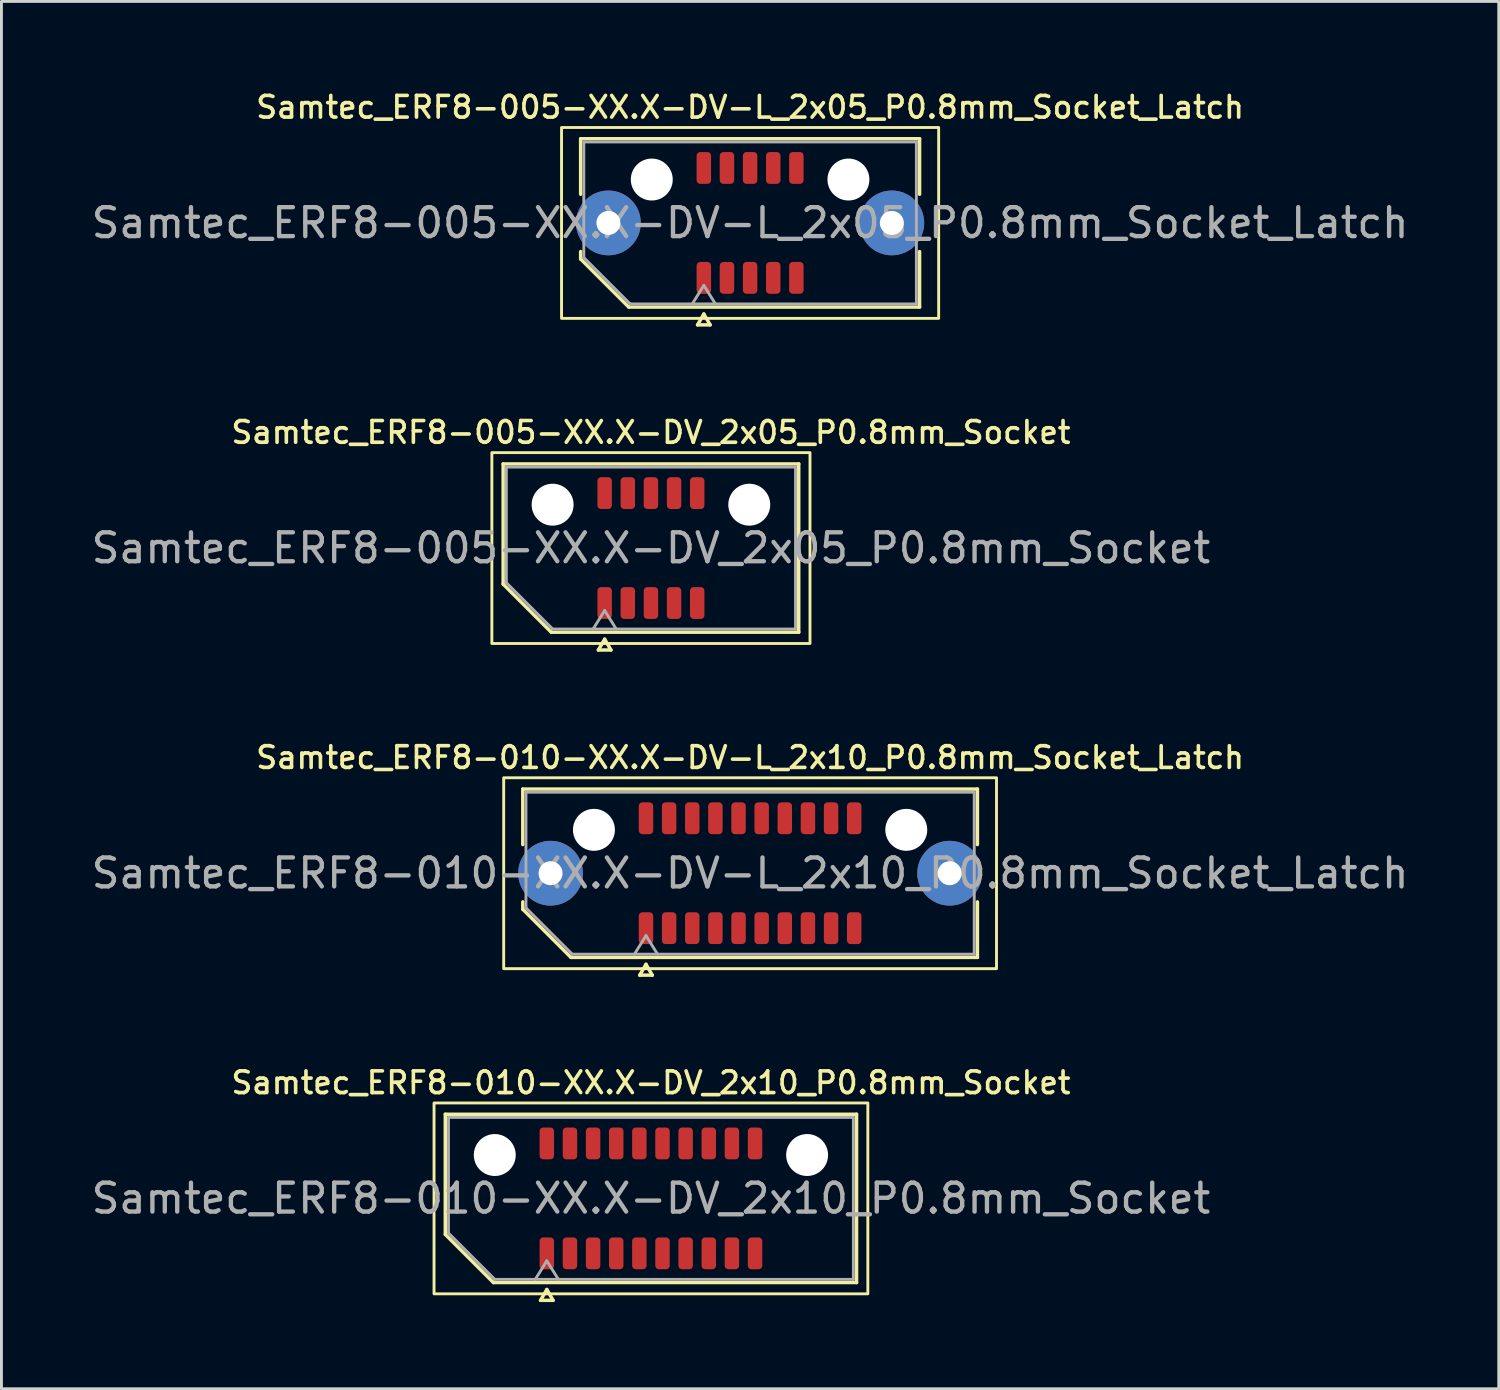
<source format=kicad_pcb>
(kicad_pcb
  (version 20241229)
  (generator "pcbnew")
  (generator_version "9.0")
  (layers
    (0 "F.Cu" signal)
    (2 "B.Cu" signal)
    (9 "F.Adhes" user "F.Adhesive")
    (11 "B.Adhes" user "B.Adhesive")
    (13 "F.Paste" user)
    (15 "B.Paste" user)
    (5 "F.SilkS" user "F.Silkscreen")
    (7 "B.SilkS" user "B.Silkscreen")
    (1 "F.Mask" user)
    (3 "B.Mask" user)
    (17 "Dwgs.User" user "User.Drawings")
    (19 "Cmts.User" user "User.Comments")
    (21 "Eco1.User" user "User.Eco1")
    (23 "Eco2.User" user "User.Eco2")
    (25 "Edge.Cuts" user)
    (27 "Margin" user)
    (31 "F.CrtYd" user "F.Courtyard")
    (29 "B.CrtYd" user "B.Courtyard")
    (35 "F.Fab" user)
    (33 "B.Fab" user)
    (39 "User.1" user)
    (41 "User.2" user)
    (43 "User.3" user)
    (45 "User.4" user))
  (footprint "Samtec_ERF8-010-XX.X-DV-L_2x10_P0.8mm_Socket_Latch"
    (layer "F.Cu")
    (at 22.887 27.144)
    (property "Reference" "Samtec_ERF8-010-XX.X-DV-L_2x10_P0.8mm_Socket_Latch" (at 0 -4 0) (layer "F.SilkS") (effects (font (size 0.75 0.75) (thickness 0.125))))
    (attr smd)
    (fp_line (start -7.86 -2.91) (end 7.86 -2.91) (stroke (width 0.12) (type solid)) (layer "F.SilkS"))
    (fp_line (start -7.86 -0.991) (end -7.86 -2.91) (stroke (width 0.12) (type solid)) (layer "F.SilkS"))
    (fp_line (start -7.86 1.246) (end -7.86 0.991) (stroke (width 0.12) (type solid)) (layer "F.SilkS"))
    (fp_line (start -6.196 2.91) (end -7.86 1.246) (stroke (width 0.12) (type solid)) (layer "F.SilkS"))
    (fp_line (start -3.817 3.525) (end -3.6 3.15) (stroke (width 0.12) (type solid)) (layer "F.SilkS"))
    (fp_line (start -3.6 3.15) (end -3.383 3.525) (stroke (width 0.12) (type solid)) (layer "F.SilkS"))
    (fp_line (start -3.383 3.525) (end -3.817 3.525) (stroke (width 0.12) (type solid)) (layer "F.SilkS"))
    (fp_line (start 7.86 -2.91) (end 7.86 -0.991) (stroke (width 0.12) (type solid)) (layer "F.SilkS"))
    (fp_line (start 7.86 0.991) (end 7.86 2.91) (stroke (width 0.12) (type solid)) (layer "F.SilkS"))
    (fp_line (start 7.86 2.91) (end -6.196 2.91) (stroke (width 0.12) (type solid)) (layer "F.SilkS"))
    (fp_rect (start -8.52 -3.3) (end 8.52 3.3) (stroke (width 0.1) (type solid)) (fill no) (layer "F.SilkS"))
    (fp_line (start -7.75 -2.8) (end 7.75 -2.8) (stroke (width 0.1) (type solid)) (layer "F.Fab"))
    (fp_line (start -7.75 1.2) (end -7.75 -2.8) (stroke (width 0.1) (type solid)) (layer "F.Fab"))
    (fp_line (start -6.15 2.8) (end -7.75 1.2) (stroke (width 0.1) (type solid)) (layer "F.Fab"))
    (fp_line (start -4 2.8) (end -3.6 2.16) (stroke (width 0.1) (type solid)) (layer "F.Fab"))
    (fp_line (start -3.6 2.16) (end -3.2 2.8) (stroke (width 0.1) (type solid)) (layer "F.Fab"))
    (fp_line (start 7.75 -2.8) (end 7.75 2.8) (stroke (width 0.1) (type solid)) (layer "F.Fab"))
    (fp_line (start 7.75 2.8) (end -6.15 2.8) (stroke (width 0.1) (type solid)) (layer "F.Fab"))
    (fp_text user "${REFERENCE}" (at 0 0 0) (layer "F.Fab") (effects (font (size 1 1) (thickness 0.15))))
    (pad "" thru_hole circle (at -6.9 0) (size 2.24 2.24) (drill 0.83) (layers "*.Cu" "*.Mask" "F.Paste"))
    (pad "" np_thru_hole circle (at -5.4 -1.5) (size 1.45 1.45) (drill 1.45) (layers "*.Cu" "*.Mask"))
    (pad "" np_thru_hole circle (at 5.4 -1.5) (size 1.45 1.45) (drill 1.45) (layers "*.Cu" "*.Mask"))
    (pad "" thru_hole circle (at 6.9 0) (size 2.24 2.24) (drill 0.83) (layers "*.Cu" "*.Mask" "F.Paste"))
    (pad "1" smd roundrect (at -3.6 1.9) (size 0.5 1.1) (layers "F.Cu" "F.Mask" "F.Paste") (roundrect_rratio 0.25))
    (pad "2" smd roundrect (at -3.6 -1.9) (size 0.5 1.1) (layers "F.Cu" "F.Mask" "F.Paste") (roundrect_rratio 0.25))
    (pad "3" smd roundrect (at -2.8 1.9) (size 0.5 1.1) (layers "F.Cu" "F.Mask" "F.Paste") (roundrect_rratio 0.25))
    (pad "4" smd roundrect (at -2.8 -1.9) (size 0.5 1.1) (layers "F.Cu" "F.Mask" "F.Paste") (roundrect_rratio 0.25))
    (pad "5" smd roundrect (at -2 1.9) (size 0.5 1.1) (layers "F.Cu" "F.Mask" "F.Paste") (roundrect_rratio 0.25))
    (pad "6" smd roundrect (at -2 -1.9) (size 0.5 1.1) (layers "F.Cu" "F.Mask" "F.Paste") (roundrect_rratio 0.25))
    (pad "7" smd roundrect (at -1.2 1.9) (size 0.5 1.1) (layers "F.Cu" "F.Mask" "F.Paste") (roundrect_rratio 0.25))
    (pad "8" smd roundrect (at -1.2 -1.9) (size 0.5 1.1) (layers "F.Cu" "F.Mask" "F.Paste") (roundrect_rratio 0.25))
    (pad "9" smd roundrect (at -0.4 1.9) (size 0.5 1.1) (layers "F.Cu" "F.Mask" "F.Paste") (roundrect_rratio 0.25))
    (pad "10" smd roundrect (at -0.4 -1.9) (size 0.5 1.1) (layers "F.Cu" "F.Mask" "F.Paste") (roundrect_rratio 0.25))
    (pad "11" smd roundrect (at 0.4 1.9) (size 0.5 1.1) (layers "F.Cu" "F.Mask" "F.Paste") (roundrect_rratio 0.25))
    (pad "12" smd roundrect (at 0.4 -1.9) (size 0.5 1.1) (layers "F.Cu" "F.Mask" "F.Paste") (roundrect_rratio 0.25))
    (pad "13" smd roundrect (at 1.2 1.9) (size 0.5 1.1) (layers "F.Cu" "F.Mask" "F.Paste") (roundrect_rratio 0.25))
    (pad "14" smd roundrect (at 1.2 -1.9) (size 0.5 1.1) (layers "F.Cu" "F.Mask" "F.Paste") (roundrect_rratio 0.25))
    (pad "15" smd roundrect (at 2 1.9) (size 0.5 1.1) (layers "F.Cu" "F.Mask" "F.Paste") (roundrect_rratio 0.25))
    (pad "16" smd roundrect (at 2 -1.9) (size 0.5 1.1) (layers "F.Cu" "F.Mask" "F.Paste") (roundrect_rratio 0.25))
    (pad "17" smd roundrect (at 2.8 1.9) (size 0.5 1.1) (layers "F.Cu" "F.Mask" "F.Paste") (roundrect_rratio 0.25))
    (pad "18" smd roundrect (at 2.8 -1.9) (size 0.5 1.1) (layers "F.Cu" "F.Mask" "F.Paste") (roundrect_rratio 0.25))
    (pad "19" smd roundrect (at 3.6 1.9) (size 0.5 1.1) (layers "F.Cu" "F.Mask" "F.Paste") (roundrect_rratio 0.25))
    (pad "20" smd roundrect (at 3.6 -1.9) (size 0.5 1.1) (layers "F.Cu" "F.Mask" "F.Paste") (roundrect_rratio 0.25)))
  (footprint "Samtec_ERF8-010-XX.X-DV_2x10_P0.8mm_Socket"
    (layer "F.Cu")
    (at 19.458 38.388)
    (property "Reference" "Samtec_ERF8-010-XX.X-DV_2x10_P0.8mm_Socket" (at 0 -4 0) (layer "F.SilkS") (effects (font (size 0.75 0.75) (thickness 0.125))))
    (attr smd)
    (fp_line (start -7.11 -2.91) (end 7.11 -2.91) (stroke (width 0.12) (type solid)) (layer "F.SilkS"))
    (fp_line (start -7.11 1.246) (end -7.11 -2.91) (stroke (width 0.12) (type solid)) (layer "F.SilkS"))
    (fp_line (start -5.446 2.91) (end -7.11 1.246) (stroke (width 0.12) (type solid)) (layer "F.SilkS"))
    (fp_line (start -3.817 3.525) (end -3.6 3.15) (stroke (width 0.12) (type solid)) (layer "F.SilkS"))
    (fp_line (start -3.6 3.15) (end -3.383 3.525) (stroke (width 0.12) (type solid)) (layer "F.SilkS"))
    (fp_line (start -3.383 3.525) (end -3.817 3.525) (stroke (width 0.12) (type solid)) (layer "F.SilkS"))
    (fp_line (start 7.11 -2.91) (end 7.11 2.91) (stroke (width 0.12) (type solid)) (layer "F.SilkS"))
    (fp_line (start 7.11 2.91) (end -5.446 2.91) (stroke (width 0.12) (type solid)) (layer "F.SilkS"))
    (fp_rect (start -7.5 -3.3) (end 7.5 3.3) (stroke (width 0.1) (type solid)) (fill no) (layer "F.SilkS"))
    (fp_line (start -7 -2.8) (end 7 -2.8) (stroke (width 0.1) (type solid)) (layer "F.Fab"))
    (fp_line (start -7 1.2) (end -7 -2.8) (stroke (width 0.1) (type solid)) (layer "F.Fab"))
    (fp_line (start -5.4 2.8) (end -7 1.2) (stroke (width 0.1) (type solid)) (layer "F.Fab"))
    (fp_line (start -4 2.8) (end -3.6 2.16) (stroke (width 0.1) (type solid)) (layer "F.Fab"))
    (fp_line (start -3.6 2.16) (end -3.2 2.8) (stroke (width 0.1) (type solid)) (layer "F.Fab"))
    (fp_line (start 7 -2.8) (end 7 2.8) (stroke (width 0.1) (type solid)) (layer "F.Fab"))
    (fp_line (start 7 2.8) (end -5.4 2.8) (stroke (width 0.1) (type solid)) (layer "F.Fab"))
    (fp_text user "${REFERENCE}" (at 0 0 0) (layer "F.Fab") (effects (font (size 1 1) (thickness 0.15))))
    (pad "" np_thru_hole circle (at -5.4 -1.5) (size 1.45 1.45) (drill 1.45) (layers "*.Cu" "*.Mask"))
    (pad "" np_thru_hole circle (at 5.4 -1.5) (size 1.45 1.45) (drill 1.45) (layers "*.Cu" "*.Mask"))
    (pad "1" smd roundrect (at -3.6 1.9) (size 0.5 1.1) (layers "F.Cu" "F.Mask" "F.Paste") (roundrect_rratio 0.25))
    (pad "2" smd roundrect (at -3.6 -1.9) (size 0.5 1.1) (layers "F.Cu" "F.Mask" "F.Paste") (roundrect_rratio 0.25))
    (pad "3" smd roundrect (at -2.8 1.9) (size 0.5 1.1) (layers "F.Cu" "F.Mask" "F.Paste") (roundrect_rratio 0.25))
    (pad "4" smd roundrect (at -2.8 -1.9) (size 0.5 1.1) (layers "F.Cu" "F.Mask" "F.Paste") (roundrect_rratio 0.25))
    (pad "5" smd roundrect (at -2 1.9) (size 0.5 1.1) (layers "F.Cu" "F.Mask" "F.Paste") (roundrect_rratio 0.25))
    (pad "6" smd roundrect (at -2 -1.9) (size 0.5 1.1) (layers "F.Cu" "F.Mask" "F.Paste") (roundrect_rratio 0.25))
    (pad "7" smd roundrect (at -1.2 1.9) (size 0.5 1.1) (layers "F.Cu" "F.Mask" "F.Paste") (roundrect_rratio 0.25))
    (pad "8" smd roundrect (at -1.2 -1.9) (size 0.5 1.1) (layers "F.Cu" "F.Mask" "F.Paste") (roundrect_rratio 0.25))
    (pad "9" smd roundrect (at -0.4 1.9) (size 0.5 1.1) (layers "F.Cu" "F.Mask" "F.Paste") (roundrect_rratio 0.25))
    (pad "10" smd roundrect (at -0.4 -1.9) (size 0.5 1.1) (layers "F.Cu" "F.Mask" "F.Paste") (roundrect_rratio 0.25))
    (pad "11" smd roundrect (at 0.4 1.9) (size 0.5 1.1) (layers "F.Cu" "F.Mask" "F.Paste") (roundrect_rratio 0.25))
    (pad "12" smd roundrect (at 0.4 -1.9) (size 0.5 1.1) (layers "F.Cu" "F.Mask" "F.Paste") (roundrect_rratio 0.25))
    (pad "13" smd roundrect (at 1.2 1.9) (size 0.5 1.1) (layers "F.Cu" "F.Mask" "F.Paste") (roundrect_rratio 0.25))
    (pad "14" smd roundrect (at 1.2 -1.9) (size 0.5 1.1) (layers "F.Cu" "F.Mask" "F.Paste") (roundrect_rratio 0.25))
    (pad "15" smd roundrect (at 2 1.9) (size 0.5 1.1) (layers "F.Cu" "F.Mask" "F.Paste") (roundrect_rratio 0.25))
    (pad "16" smd roundrect (at 2 -1.9) (size 0.5 1.1) (layers "F.Cu" "F.Mask" "F.Paste") (roundrect_rratio 0.25))
    (pad "17" smd roundrect (at 2.8 1.9) (size 0.5 1.1) (layers "F.Cu" "F.Mask" "F.Paste") (roundrect_rratio 0.25))
    (pad "18" smd roundrect (at 2.8 -1.9) (size 0.5 1.1) (layers "F.Cu" "F.Mask" "F.Paste") (roundrect_rratio 0.25))
    (pad "19" smd roundrect (at 3.6 1.9) (size 0.5 1.1) (layers "F.Cu" "F.Mask" "F.Paste") (roundrect_rratio 0.25))
    (pad "20" smd roundrect (at 3.6 -1.9) (size 0.5 1.1) (layers "F.Cu" "F.Mask" "F.Paste") (roundrect_rratio 0.25)))
  (footprint "Samtec_ERF8-005-XX.X-DV_2x05_P0.8mm_Socket"
    (layer "F.Cu")
    (at 19.458 15.901)
    (property "Reference" "Samtec_ERF8-005-XX.X-DV_2x05_P0.8mm_Socket" (at 0 -4 0) (layer "F.SilkS") (effects (font (size 0.75 0.75) (thickness 0.125))))
    (attr smd)
    (fp_line (start -5.11 -2.91) (end 5.11 -2.91) (stroke (width 0.12) (type solid)) (layer "F.SilkS"))
    (fp_line (start -5.11 1.246) (end -5.11 -2.91) (stroke (width 0.12) (type solid)) (layer "F.SilkS"))
    (fp_line (start -3.446 2.91) (end -5.11 1.246) (stroke (width 0.12) (type solid)) (layer "F.SilkS"))
    (fp_line (start -1.817 3.525) (end -1.6 3.15) (stroke (width 0.12) (type solid)) (layer "F.SilkS"))
    (fp_line (start -1.6 3.15) (end -1.383 3.525) (stroke (width 0.12) (type solid)) (layer "F.SilkS"))
    (fp_line (start -1.383 3.525) (end -1.817 3.525) (stroke (width 0.12) (type solid)) (layer "F.SilkS"))
    (fp_line (start 5.11 -2.91) (end 5.11 2.91) (stroke (width 0.12) (type solid)) (layer "F.SilkS"))
    (fp_line (start 5.11 2.91) (end -3.446 2.91) (stroke (width 0.12) (type solid)) (layer "F.SilkS"))
    (fp_rect (start -5.5 -3.3) (end 5.5 3.3) (stroke (width 0.1) (type solid)) (fill no) (layer "F.SilkS"))
    (fp_line (start -5 -2.8) (end 5 -2.8) (stroke (width 0.1) (type solid)) (layer "F.Fab"))
    (fp_line (start -5 1.2) (end -5 -2.8) (stroke (width 0.1) (type solid)) (layer "F.Fab"))
    (fp_line (start -3.4 2.8) (end -5 1.2) (stroke (width 0.1) (type solid)) (layer "F.Fab"))
    (fp_line (start -2 2.8) (end -1.6 2.16) (stroke (width 0.1) (type solid)) (layer "F.Fab"))
    (fp_line (start -1.6 2.16) (end -1.2 2.8) (stroke (width 0.1) (type solid)) (layer "F.Fab"))
    (fp_line (start 5 -2.8) (end 5 2.8) (stroke (width 0.1) (type solid)) (layer "F.Fab"))
    (fp_line (start 5 2.8) (end -3.4 2.8) (stroke (width 0.1) (type solid)) (layer "F.Fab"))
    (fp_text user "${REFERENCE}" (at 0 0 0) (layer "F.Fab") (effects (font (size 1 1) (thickness 0.15))))
    (pad "" np_thru_hole circle (at -3.4 -1.5) (size 1.45 1.45) (drill 1.45) (layers "*.Cu" "*.Mask"))
    (pad "" np_thru_hole circle (at 3.4 -1.5) (size 1.45 1.45) (drill 1.45) (layers "*.Cu" "*.Mask"))
    (pad "1" smd roundrect (at -1.6 1.9) (size 0.5 1.1) (layers "F.Cu" "F.Mask" "F.Paste") (roundrect_rratio 0.25))
    (pad "2" smd roundrect (at -1.6 -1.9) (size 0.5 1.1) (layers "F.Cu" "F.Mask" "F.Paste") (roundrect_rratio 0.25))
    (pad "3" smd roundrect (at -0.8 1.9) (size 0.5 1.1) (layers "F.Cu" "F.Mask" "F.Paste") (roundrect_rratio 0.25))
    (pad "4" smd roundrect (at -0.8 -1.9) (size 0.5 1.1) (layers "F.Cu" "F.Mask" "F.Paste") (roundrect_rratio 0.25))
    (pad "5" smd roundrect (at 0 1.9) (size 0.5 1.1) (layers "F.Cu" "F.Mask" "F.Paste") (roundrect_rratio 0.25))
    (pad "6" smd roundrect (at 0 -1.9) (size 0.5 1.1) (layers "F.Cu" "F.Mask" "F.Paste") (roundrect_rratio 0.25))
    (pad "7" smd roundrect (at 0.8 1.9) (size 0.5 1.1) (layers "F.Cu" "F.Mask" "F.Paste") (roundrect_rratio 0.25))
    (pad "8" smd roundrect (at 0.8 -1.9) (size 0.5 1.1) (layers "F.Cu" "F.Mask" "F.Paste") (roundrect_rratio 0.25))
    (pad "9" smd roundrect (at 1.6 1.9) (size 0.5 1.1) (layers "F.Cu" "F.Mask" "F.Paste") (roundrect_rratio 0.25))
    (pad "10" smd roundrect (at 1.6 -1.9) (size 0.5 1.1) (layers "F.Cu" "F.Mask" "F.Paste") (roundrect_rratio 0.25)))
  (footprint "Samtec_ERF8-005-XX.X-DV-L_2x05_P0.8mm_Socket_Latch"
    (layer "F.Cu")
    (at 22.887 4.658)
    (property "Reference" "Samtec_ERF8-005-XX.X-DV-L_2x05_P0.8mm_Socket_Latch" (at 0 -4 0) (layer "F.SilkS") (effects (font (size 0.75 0.75) (thickness 0.125))))
    (attr smd)
    (fp_line (start -5.86 -2.91) (end 5.86 -2.91) (stroke (width 0.12) (type solid)) (layer "F.SilkS"))
    (fp_line (start -5.86 -0.991) (end -5.86 -2.91) (stroke (width 0.12) (type solid)) (layer "F.SilkS"))
    (fp_line (start -5.86 1.246) (end -5.86 0.991) (stroke (width 0.12) (type solid)) (layer "F.SilkS"))
    (fp_line (start -4.196 2.91) (end -5.86 1.246) (stroke (width 0.12) (type solid)) (layer "F.SilkS"))
    (fp_line (start -1.817 3.525) (end -1.6 3.15) (stroke (width 0.12) (type solid)) (layer "F.SilkS"))
    (fp_line (start -1.6 3.15) (end -1.383 3.525) (stroke (width 0.12) (type solid)) (layer "F.SilkS"))
    (fp_line (start -1.383 3.525) (end -1.817 3.525) (stroke (width 0.12) (type solid)) (layer "F.SilkS"))
    (fp_line (start 5.86 -2.91) (end 5.86 -0.991) (stroke (width 0.12) (type solid)) (layer "F.SilkS"))
    (fp_line (start 5.86 0.991) (end 5.86 2.91) (stroke (width 0.12) (type solid)) (layer "F.SilkS"))
    (fp_line (start 5.86 2.91) (end -4.196 2.91) (stroke (width 0.12) (type solid)) (layer "F.SilkS"))
    (fp_rect (start -6.52 -3.3) (end 6.52 3.3) (stroke (width 0.1) (type solid)) (fill no) (layer "F.SilkS"))
    (fp_line (start -5.75 -2.8) (end 5.75 -2.8) (stroke (width 0.1) (type solid)) (layer "F.Fab"))
    (fp_line (start -5.75 1.2) (end -5.75 -2.8) (stroke (width 0.1) (type solid)) (layer "F.Fab"))
    (fp_line (start -4.15 2.8) (end -5.75 1.2) (stroke (width 0.1) (type solid)) (layer "F.Fab"))
    (fp_line (start -2 2.8) (end -1.6 2.16) (stroke (width 0.1) (type solid)) (layer "F.Fab"))
    (fp_line (start -1.6 2.16) (end -1.2 2.8) (stroke (width 0.1) (type solid)) (layer "F.Fab"))
    (fp_line (start 5.75 -2.8) (end 5.75 2.8) (stroke (width 0.1) (type solid)) (layer "F.Fab"))
    (fp_line (start 5.75 2.8) (end -4.15 2.8) (stroke (width 0.1) (type solid)) (layer "F.Fab"))
    (fp_text user "${REFERENCE}" (at 0 0 0) (layer "F.Fab") (effects (font (size 1 1) (thickness 0.15))))
    (pad "" thru_hole circle (at -4.9 0) (size 2.24 2.24) (drill 0.83) (layers "*.Cu" "*.Mask" "F.Paste"))
    (pad "" np_thru_hole circle (at -3.4 -1.5) (size 1.45 1.45) (drill 1.45) (layers "*.Cu" "*.Mask"))
    (pad "" np_thru_hole circle (at 3.4 -1.5) (size 1.45 1.45) (drill 1.45) (layers "*.Cu" "*.Mask"))
    (pad "" thru_hole circle (at 4.9 0) (size 2.24 2.24) (drill 0.83) (layers "*.Cu" "*.Mask" "F.Paste"))
    (pad "1" smd roundrect (at -1.6 1.9) (size 0.5 1.1) (layers "F.Cu" "F.Mask" "F.Paste") (roundrect_rratio 0.25))
    (pad "2" smd roundrect (at -1.6 -1.9) (size 0.5 1.1) (layers "F.Cu" "F.Mask" "F.Paste") (roundrect_rratio 0.25))
    (pad "3" smd roundrect (at -0.8 1.9) (size 0.5 1.1) (layers "F.Cu" "F.Mask" "F.Paste") (roundrect_rratio 0.25))
    (pad "4" smd roundrect (at -0.8 -1.9) (size 0.5 1.1) (layers "F.Cu" "F.Mask" "F.Paste") (roundrect_rratio 0.25))
    (pad "5" smd roundrect (at 0 1.9) (size 0.5 1.1) (layers "F.Cu" "F.Mask" "F.Paste") (roundrect_rratio 0.25))
    (pad "6" smd roundrect (at 0 -1.9) (size 0.5 1.1) (layers "F.Cu" "F.Mask" "F.Paste") (roundrect_rratio 0.25))
    (pad "7" smd roundrect (at 0.8 1.9) (size 0.5 1.1) (layers "F.Cu" "F.Mask" "F.Paste") (roundrect_rratio 0.25))
    (pad "8" smd roundrect (at 0.8 -1.9) (size 0.5 1.1) (layers "F.Cu" "F.Mask" "F.Paste") (roundrect_rratio 0.25))
    (pad "9" smd roundrect (at 1.6 1.9) (size 0.5 1.1) (layers "F.Cu" "F.Mask" "F.Paste") (roundrect_rratio 0.25))
    (pad "10" smd roundrect (at 1.6 -1.9) (size 0.5 1.1) (layers "F.Cu" "F.Mask" "F.Paste") (roundrect_rratio 0.25)))
  (gr_rect
    (start -3 -3)
    (end 48.774 44.972)
    (stroke (width 0.1) (type default))
    (fill no)
    (layer "Edge.Cuts")))
</source>
